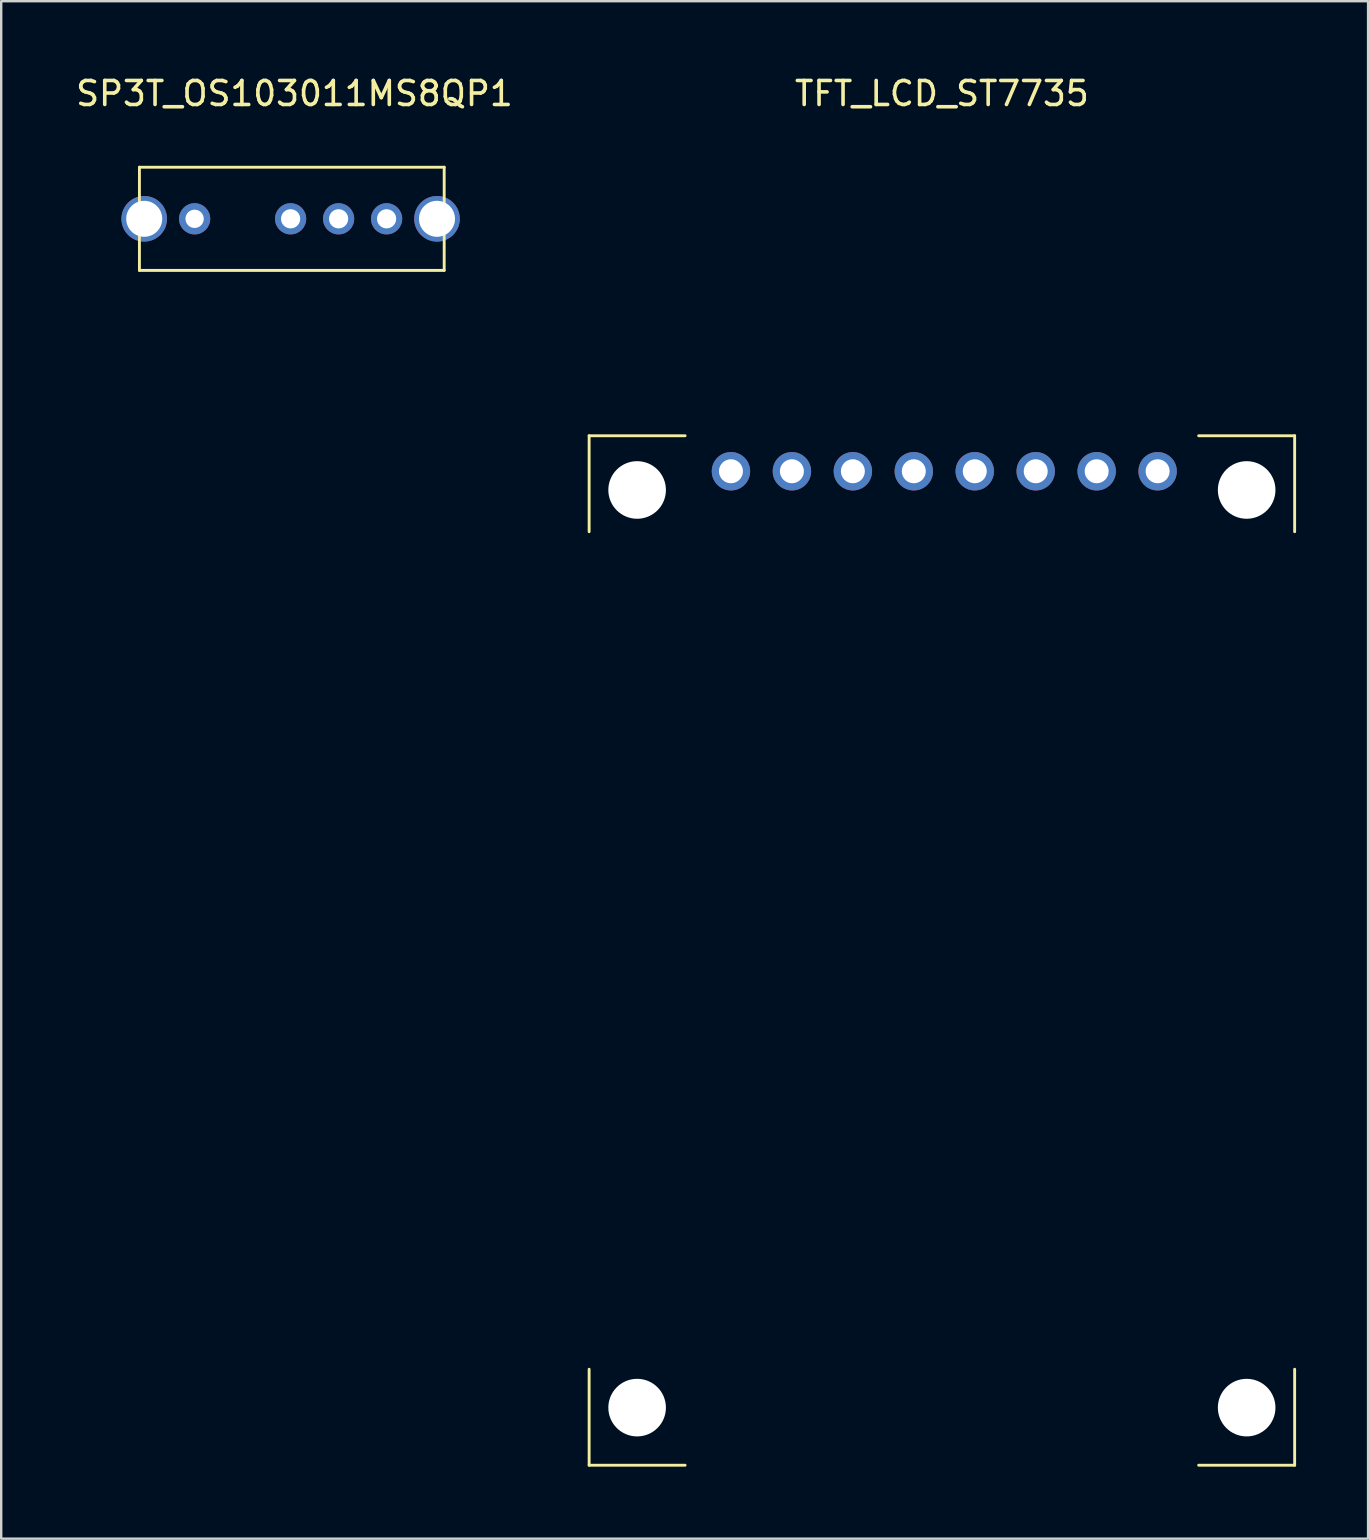
<source format=kicad_pcb>
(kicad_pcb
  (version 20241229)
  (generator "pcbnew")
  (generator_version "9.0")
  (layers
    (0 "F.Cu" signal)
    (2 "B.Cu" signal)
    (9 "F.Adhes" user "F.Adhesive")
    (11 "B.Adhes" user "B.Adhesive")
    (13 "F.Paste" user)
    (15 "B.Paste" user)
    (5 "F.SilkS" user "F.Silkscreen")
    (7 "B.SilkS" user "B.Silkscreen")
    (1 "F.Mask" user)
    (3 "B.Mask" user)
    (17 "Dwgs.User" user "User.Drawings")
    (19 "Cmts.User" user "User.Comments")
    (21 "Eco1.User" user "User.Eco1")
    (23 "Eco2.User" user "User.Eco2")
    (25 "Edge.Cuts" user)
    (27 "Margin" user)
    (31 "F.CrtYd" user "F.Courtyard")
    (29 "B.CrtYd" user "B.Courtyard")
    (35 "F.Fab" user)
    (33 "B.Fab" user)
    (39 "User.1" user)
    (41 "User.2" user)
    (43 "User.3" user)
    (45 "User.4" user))
  (footprint "TFT_LCD_ST7735"
    (layer "F.Cu")
    (at 36.2 10.508)
    (property "Reference" "TFT_LCD_ST7735" (at 0 -9.66 0) (layer "F.SilkS") (effects (font (size 1 1) (thickness 0.15))))
    (attr through_hole)
    (fp_line (start -14.7 4.6) (end -14.7 8.6) (stroke (width 0.12) (type solid)) (layer "F.SilkS"))
    (fp_line (start -14.7 4.6) (end -10.7 4.6) (stroke (width 0.12) (type solid)) (layer "F.SilkS"))
    (fp_line (start -14.7 47.5) (end -14.7 43.5) (stroke (width 0.12) (type solid)) (layer "F.SilkS"))
    (fp_line (start -14.7 47.5) (end -10.7 47.5) (stroke (width 0.12) (type solid)) (layer "F.SilkS"))
    (fp_line (start 14.7 4.6) (end 10.7 4.6) (stroke (width 0.12) (type solid)) (layer "F.SilkS"))
    (fp_line (start 14.7 4.6) (end 14.7 8.6) (stroke (width 0.12) (type solid)) (layer "F.SilkS"))
    (fp_line (start 14.7 47.5) (end 10.7 47.5) (stroke (width 0.12) (type solid)) (layer "F.SilkS"))
    (fp_line (start 14.7 47.5) (end 14.7 43.5) (stroke (width 0.12) (type solid)) (layer "F.SilkS"))
    (pad "" np_thru_hole circle (at -12.7 6.86) (size 2.4 2.4) (drill 2.4) (layers "*.Cu" "*.Mask"))
    (pad "" np_thru_hole circle (at -12.7 45.1) (size 2.4 2.4) (drill 2.4) (layers "*.Cu" "*.Mask"))
    (pad "" np_thru_hole circle (at 12.7 6.86) (size 2.4 2.4) (drill 2.4) (layers "*.Cu" "*.Mask"))
    (pad "" np_thru_hole circle (at 12.7 45.1) (size 2.4 2.4) (drill 2.4) (layers "*.Cu" "*.Mask"))
    (pad "1" thru_hole circle (at -8.79 6.08) (size 1.6 1.6) (drill 1) (layers "*.Cu" "*.Mask"))
    (pad "2" thru_hole circle (at -6.25 6.08) (size 1.6 1.6) (drill 1) (layers "*.Cu" "*.Mask"))
    (pad "3" thru_hole circle (at -3.71 6.08) (size 1.6 1.6) (drill 1) (layers "*.Cu" "*.Mask"))
    (pad "4" thru_hole circle (at -1.17 6.08) (size 1.6 1.6) (drill 1) (layers "*.Cu" "*.Mask"))
    (pad "5" thru_hole circle (at 1.37 6.08) (size 1.6 1.6) (drill 1) (layers "*.Cu" "*.Mask"))
    (pad "6" thru_hole circle (at 3.91 6.08) (size 1.6 1.6) (drill 1) (layers "*.Cu" "*.Mask"))
    (pad "7" thru_hole circle (at 6.45 6.08) (size 1.6 1.6) (drill 1) (layers "*.Cu" "*.Mask"))
    (pad "8" thru_hole circle (at 8.99 6.08) (size 1.6 1.6) (drill 1) (layers "*.Cu" "*.Mask")))
  (footprint "SP3T_OS103011MS8QP1"
    (layer "F.Cu")
    (at 9.12 6.148)
    (property "Reference" "SP3T_OS103011MS8QP1" (at 0.1 -5.3 0) (layer "F.SilkS") (effects (font (size 1 1) (thickness 0.15))))
    (attr through_hole)
    (fp_line (start -6.36 -2.23) (end -6.36 2.07) (stroke (width 0.12) (type solid)) (layer "F.SilkS"))
    (fp_line (start -6.36 -2.23) (end 6.34 -2.23) (stroke (width 0.12) (type solid)) (layer "F.SilkS"))
    (fp_line (start 6.34 -2.23) (end 6.34 2.07) (stroke (width 0.12) (type solid)) (layer "F.SilkS"))
    (fp_line (start 6.34 2.07) (end -6.36 2.07) (stroke (width 0.12) (type solid)) (layer "F.SilkS"))
    (pad "" thru_hole circle (at -6.16 -0.08) (size 1.9 1.9) (drill 1.5) (layers "*.Cu" "*.Mask"))
    (pad "" thru_hole circle (at 6.04 -0.08) (size 1.9 1.9) (drill 1.5) (layers "*.Cu" "*.Mask"))
    (pad "1" thru_hole circle (at -4.06 -0.08) (size 1.3 1.3) (drill 0.762) (layers "*.Cu" "*.Mask"))
    (pad "2" thru_hole circle (at -0.06 -0.08) (size 1.3 1.3) (drill 0.8) (layers "*.Cu" "*.Mask"))
    (pad "3" thru_hole circle (at 1.94 -0.08) (size 1.3 1.3) (drill 0.8) (layers "*.Cu" "*.Mask"))
    (pad "4" thru_hole circle (at 3.94 -0.08) (size 1.3 1.3) (drill 0.8) (layers "*.Cu" "*.Mask")))
  (gr_rect
    (start -3 -3)
    (end 53.96 61.068)
    (stroke (width 0.1) (type default))
    (fill no)
    (layer "Edge.Cuts")))
</source>
